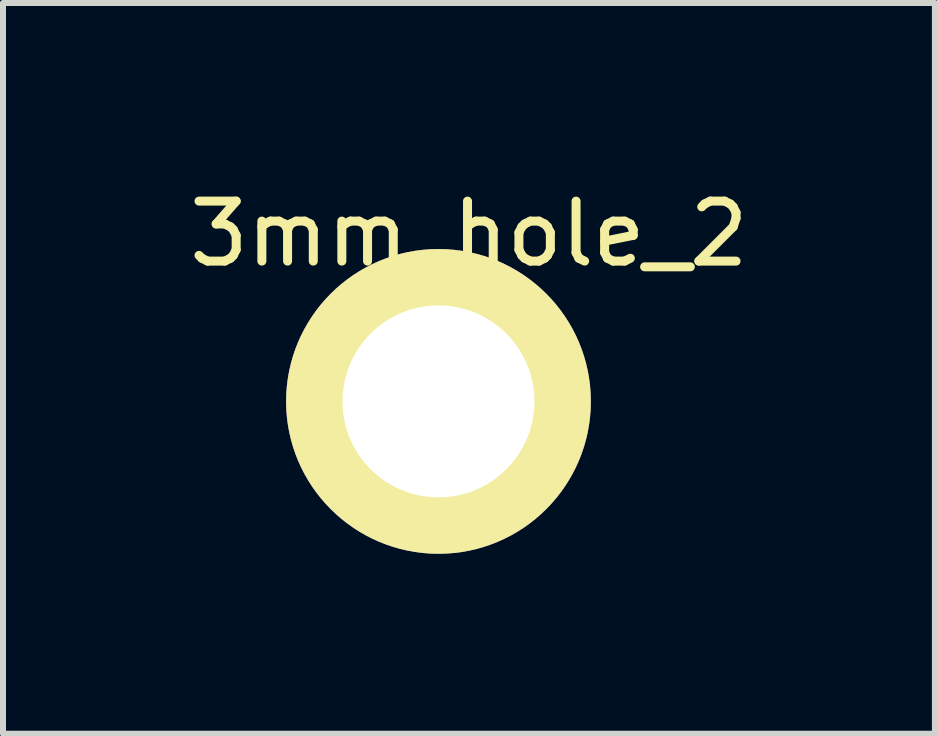
<source format=kicad_pcb>
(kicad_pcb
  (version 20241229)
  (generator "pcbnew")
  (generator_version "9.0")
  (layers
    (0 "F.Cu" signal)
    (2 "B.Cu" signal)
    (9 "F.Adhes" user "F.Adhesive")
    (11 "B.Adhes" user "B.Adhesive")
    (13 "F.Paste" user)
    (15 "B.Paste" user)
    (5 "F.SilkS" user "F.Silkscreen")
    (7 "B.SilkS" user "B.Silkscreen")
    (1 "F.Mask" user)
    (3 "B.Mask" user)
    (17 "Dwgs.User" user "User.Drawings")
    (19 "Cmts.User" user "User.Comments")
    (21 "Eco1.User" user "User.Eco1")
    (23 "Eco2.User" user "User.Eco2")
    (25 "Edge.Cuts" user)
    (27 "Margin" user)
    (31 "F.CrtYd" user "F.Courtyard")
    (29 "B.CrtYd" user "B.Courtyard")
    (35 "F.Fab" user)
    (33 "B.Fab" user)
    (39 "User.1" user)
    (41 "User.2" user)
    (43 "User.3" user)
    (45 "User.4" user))
  (footprint "3mm_hole_2"
    (layer "F.Cu")
    (at 4.26 3.642)
    (property "Reference" "3mm_hole_2" (at 0.508 -2.794 0) (layer "F.SilkS") (effects (font (size 1 1) (thickness 0.15))))
    (attr through_hole)
    (pad "1" thru_hole circle (at 0 0) (size 5.08 5.08) (drill 3.2) (layers "*.Cu" "*.Mask" "F.SilkS")))
  (gr_rect
    (start -3 -3)
    (end 12.536 9.182)
    (stroke (width 0.1) (type default))
    (fill no)
    (layer "Edge.Cuts")))
</source>
